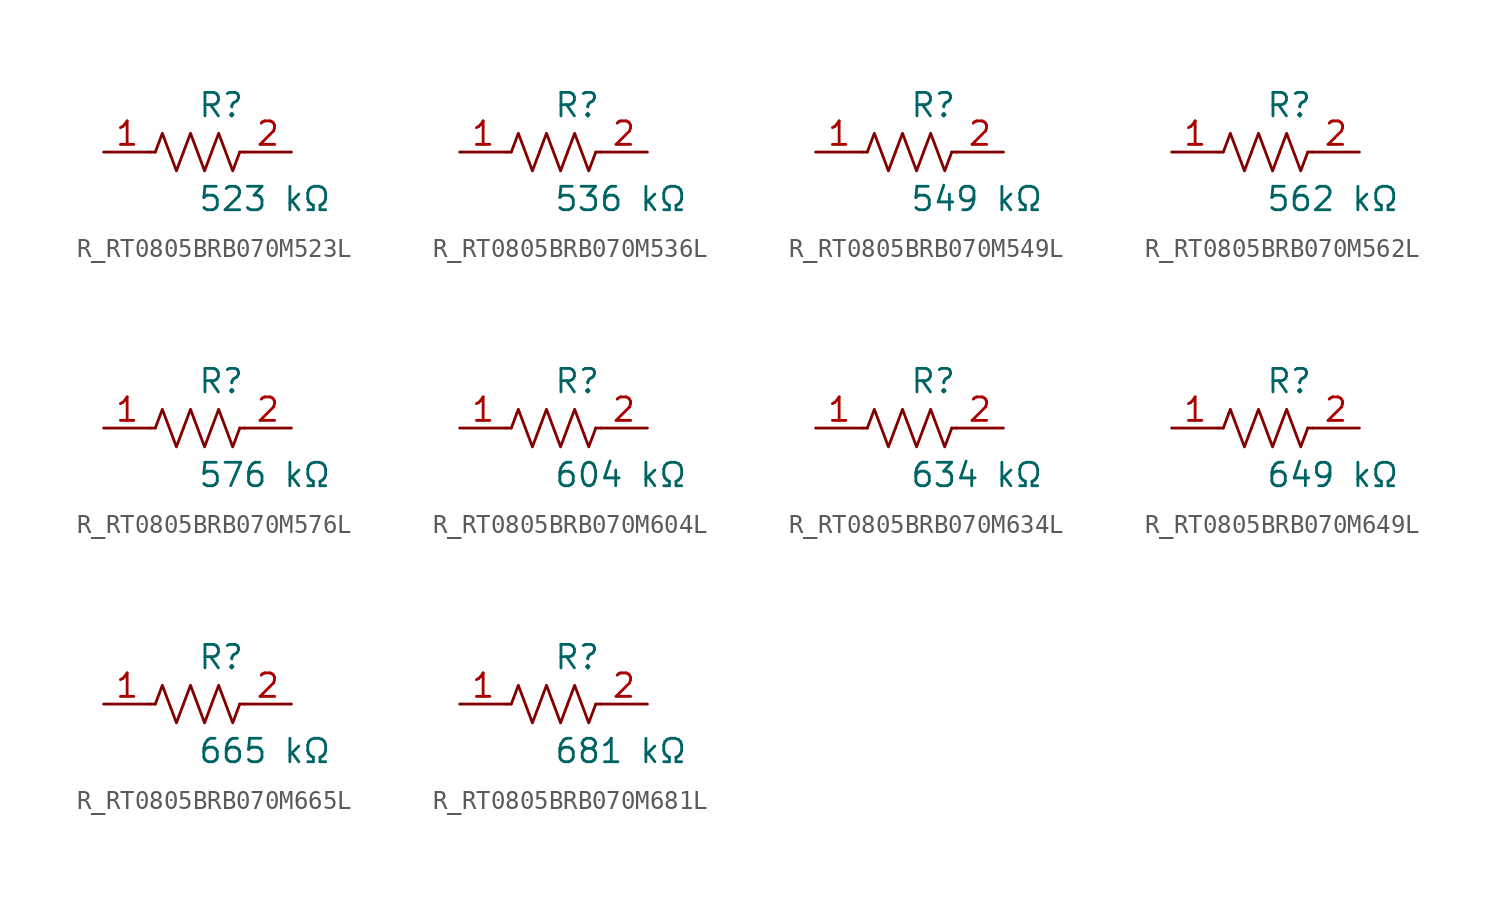
<source format=kicad_sym>
(kicad_symbol_lib
  (version 20231120)
  (generator kicad_symbol_editor)
  (generator_version 8.0)
  (symbol "R_RT0805BRB070M523L"
    (pin_names
      (offset 0.254))
    (property "Reference" "R"
      (at 0.0 2.54 0)
      (effects (font (size 1.27 1.27)) (justify left)))
    (property "Value" "523 kΩ"
      (at 0.0 -2.54 0)
      (effects (font (size 1.27 1.27)) (justify left)))
    (symbol "R_RT0805BRB070M523L_0_1"
      (polyline (pts (xy 2.286 0) (xy 2.54 0)) (stroke (width 0) (type default)) (fill (type none)))
      (polyline (pts (xy -2.286 0) (xy -2.54 0)) (stroke (width 0) (type default)) (fill (type none)))
      (polyline (pts (xy 0.762 0) (xy 1.143 1.016) (xy 1.524 0) (xy 1.905 -1.016) (xy 2.286 0)) (stroke (width 0) (type default)) (fill (type none)))
      (polyline (pts (xy -0.762 0) (xy -0.381 1.016) (xy 0 0) (xy 0.381 -1.016) (xy 0.762 0)) (stroke (width 0) (type default)) (fill (type none)))
      (polyline (pts (xy -2.286 0) (xy -1.905 1.016) (xy -1.524 0) (xy -1.143 -1.016) (xy -0.762 0)) (stroke (width 0) (type default)) (fill (type none))))
    (pin unspecified line
      (at -5.08 0 0)
      (length 2.54)
      (name "" (effects (font (size 1.27 1.27))))
      (number "1" (effects (font (size 1.27 1.27)))))
    (pin unspecified line
      (at 5.08 0 180)
      (length 2.54)
      (name "" (effects (font (size 1.27 1.27))))
      (number "2" (effects (font (size 1.27 1.27))))))
  (symbol "R_RT0805BRB070M536L"
    (pin_names
      (offset 0.254))
    (property "Reference" "R"
      (at 0.0 2.54 0)
      (effects (font (size 1.27 1.27)) (justify left)))
    (property "Value" "536 kΩ"
      (at 0.0 -2.54 0)
      (effects (font (size 1.27 1.27)) (justify left)))
    (symbol "R_RT0805BRB070M536L_0_1"
      (polyline (pts (xy 2.286 0) (xy 2.54 0)) (stroke (width 0) (type default)) (fill (type none)))
      (polyline (pts (xy -2.286 0) (xy -2.54 0)) (stroke (width 0) (type default)) (fill (type none)))
      (polyline (pts (xy 0.762 0) (xy 1.143 1.016) (xy 1.524 0) (xy 1.905 -1.016) (xy 2.286 0)) (stroke (width 0) (type default)) (fill (type none)))
      (polyline (pts (xy -0.762 0) (xy -0.381 1.016) (xy 0 0) (xy 0.381 -1.016) (xy 0.762 0)) (stroke (width 0) (type default)) (fill (type none)))
      (polyline (pts (xy -2.286 0) (xy -1.905 1.016) (xy -1.524 0) (xy -1.143 -1.016) (xy -0.762 0)) (stroke (width 0) (type default)) (fill (type none))))
    (pin unspecified line
      (at -5.08 0 0)
      (length 2.54)
      (name "" (effects (font (size 1.27 1.27))))
      (number "1" (effects (font (size 1.27 1.27)))))
    (pin unspecified line
      (at 5.08 0 180)
      (length 2.54)
      (name "" (effects (font (size 1.27 1.27))))
      (number "2" (effects (font (size 1.27 1.27))))))
  (symbol "R_RT0805BRB070M549L"
    (pin_names
      (offset 0.254))
    (property "Reference" "R"
      (at 0.0 2.54 0)
      (effects (font (size 1.27 1.27)) (justify left)))
    (property "Value" "549 kΩ"
      (at 0.0 -2.54 0)
      (effects (font (size 1.27 1.27)) (justify left)))
    (symbol "R_RT0805BRB070M549L_0_1"
      (polyline (pts (xy 2.286 0) (xy 2.54 0)) (stroke (width 0) (type default)) (fill (type none)))
      (polyline (pts (xy -2.286 0) (xy -2.54 0)) (stroke (width 0) (type default)) (fill (type none)))
      (polyline (pts (xy 0.762 0) (xy 1.143 1.016) (xy 1.524 0) (xy 1.905 -1.016) (xy 2.286 0)) (stroke (width 0) (type default)) (fill (type none)))
      (polyline (pts (xy -0.762 0) (xy -0.381 1.016) (xy 0 0) (xy 0.381 -1.016) (xy 0.762 0)) (stroke (width 0) (type default)) (fill (type none)))
      (polyline (pts (xy -2.286 0) (xy -1.905 1.016) (xy -1.524 0) (xy -1.143 -1.016) (xy -0.762 0)) (stroke (width 0) (type default)) (fill (type none))))
    (pin unspecified line
      (at -5.08 0 0)
      (length 2.54)
      (name "" (effects (font (size 1.27 1.27))))
      (number "1" (effects (font (size 1.27 1.27)))))
    (pin unspecified line
      (at 5.08 0 180)
      (length 2.54)
      (name "" (effects (font (size 1.27 1.27))))
      (number "2" (effects (font (size 1.27 1.27))))))
  (symbol "R_RT0805BRB070M562L"
    (pin_names
      (offset 0.254))
    (property "Reference" "R"
      (at 0.0 2.54 0)
      (effects (font (size 1.27 1.27)) (justify left)))
    (property "Value" "562 kΩ"
      (at 0.0 -2.54 0)
      (effects (font (size 1.27 1.27)) (justify left)))
    (symbol "R_RT0805BRB070M562L_0_1"
      (polyline (pts (xy 2.286 0) (xy 2.54 0)) (stroke (width 0) (type default)) (fill (type none)))
      (polyline (pts (xy -2.286 0) (xy -2.54 0)) (stroke (width 0) (type default)) (fill (type none)))
      (polyline (pts (xy 0.762 0) (xy 1.143 1.016) (xy 1.524 0) (xy 1.905 -1.016) (xy 2.286 0)) (stroke (width 0) (type default)) (fill (type none)))
      (polyline (pts (xy -0.762 0) (xy -0.381 1.016) (xy 0 0) (xy 0.381 -1.016) (xy 0.762 0)) (stroke (width 0) (type default)) (fill (type none)))
      (polyline (pts (xy -2.286 0) (xy -1.905 1.016) (xy -1.524 0) (xy -1.143 -1.016) (xy -0.762 0)) (stroke (width 0) (type default)) (fill (type none))))
    (pin unspecified line
      (at -5.08 0 0)
      (length 2.54)
      (name "" (effects (font (size 1.27 1.27))))
      (number "1" (effects (font (size 1.27 1.27)))))
    (pin unspecified line
      (at 5.08 0 180)
      (length 2.54)
      (name "" (effects (font (size 1.27 1.27))))
      (number "2" (effects (font (size 1.27 1.27))))))
  (symbol "R_RT0805BRB070M576L"
    (pin_names
      (offset 0.254))
    (property "Reference" "R"
      (at 0.0 2.54 0)
      (effects (font (size 1.27 1.27)) (justify left)))
    (property "Value" "576 kΩ"
      (at 0.0 -2.54 0)
      (effects (font (size 1.27 1.27)) (justify left)))
    (symbol "R_RT0805BRB070M576L_0_1"
      (polyline (pts (xy 2.286 0) (xy 2.54 0)) (stroke (width 0) (type default)) (fill (type none)))
      (polyline (pts (xy -2.286 0) (xy -2.54 0)) (stroke (width 0) (type default)) (fill (type none)))
      (polyline (pts (xy 0.762 0) (xy 1.143 1.016) (xy 1.524 0) (xy 1.905 -1.016) (xy 2.286 0)) (stroke (width 0) (type default)) (fill (type none)))
      (polyline (pts (xy -0.762 0) (xy -0.381 1.016) (xy 0 0) (xy 0.381 -1.016) (xy 0.762 0)) (stroke (width 0) (type default)) (fill (type none)))
      (polyline (pts (xy -2.286 0) (xy -1.905 1.016) (xy -1.524 0) (xy -1.143 -1.016) (xy -0.762 0)) (stroke (width 0) (type default)) (fill (type none))))
    (pin unspecified line
      (at -5.08 0 0)
      (length 2.54)
      (name "" (effects (font (size 1.27 1.27))))
      (number "1" (effects (font (size 1.27 1.27)))))
    (pin unspecified line
      (at 5.08 0 180)
      (length 2.54)
      (name "" (effects (font (size 1.27 1.27))))
      (number "2" (effects (font (size 1.27 1.27))))))
  (symbol "R_RT0805BRB070M604L"
    (pin_names
      (offset 0.254))
    (property "Reference" "R"
      (at 0.0 2.54 0)
      (effects (font (size 1.27 1.27)) (justify left)))
    (property "Value" "604 kΩ"
      (at 0.0 -2.54 0)
      (effects (font (size 1.27 1.27)) (justify left)))
    (symbol "R_RT0805BRB070M604L_0_1"
      (polyline (pts (xy 2.286 0) (xy 2.54 0)) (stroke (width 0) (type default)) (fill (type none)))
      (polyline (pts (xy -2.286 0) (xy -2.54 0)) (stroke (width 0) (type default)) (fill (type none)))
      (polyline (pts (xy 0.762 0) (xy 1.143 1.016) (xy 1.524 0) (xy 1.905 -1.016) (xy 2.286 0)) (stroke (width 0) (type default)) (fill (type none)))
      (polyline (pts (xy -0.762 0) (xy -0.381 1.016) (xy 0 0) (xy 0.381 -1.016) (xy 0.762 0)) (stroke (width 0) (type default)) (fill (type none)))
      (polyline (pts (xy -2.286 0) (xy -1.905 1.016) (xy -1.524 0) (xy -1.143 -1.016) (xy -0.762 0)) (stroke (width 0) (type default)) (fill (type none))))
    (pin unspecified line
      (at -5.08 0 0)
      (length 2.54)
      (name "" (effects (font (size 1.27 1.27))))
      (number "1" (effects (font (size 1.27 1.27)))))
    (pin unspecified line
      (at 5.08 0 180)
      (length 2.54)
      (name "" (effects (font (size 1.27 1.27))))
      (number "2" (effects (font (size 1.27 1.27))))))
  (symbol "R_RT0805BRB070M634L"
    (pin_names
      (offset 0.254))
    (property "Reference" "R"
      (at 0.0 2.54 0)
      (effects (font (size 1.27 1.27)) (justify left)))
    (property "Value" "634 kΩ"
      (at 0.0 -2.54 0)
      (effects (font (size 1.27 1.27)) (justify left)))
    (symbol "R_RT0805BRB070M634L_0_1"
      (polyline (pts (xy 2.286 0) (xy 2.54 0)) (stroke (width 0) (type default)) (fill (type none)))
      (polyline (pts (xy -2.286 0) (xy -2.54 0)) (stroke (width 0) (type default)) (fill (type none)))
      (polyline (pts (xy 0.762 0) (xy 1.143 1.016) (xy 1.524 0) (xy 1.905 -1.016) (xy 2.286 0)) (stroke (width 0) (type default)) (fill (type none)))
      (polyline (pts (xy -0.762 0) (xy -0.381 1.016) (xy 0 0) (xy 0.381 -1.016) (xy 0.762 0)) (stroke (width 0) (type default)) (fill (type none)))
      (polyline (pts (xy -2.286 0) (xy -1.905 1.016) (xy -1.524 0) (xy -1.143 -1.016) (xy -0.762 0)) (stroke (width 0) (type default)) (fill (type none))))
    (pin unspecified line
      (at -5.08 0 0)
      (length 2.54)
      (name "" (effects (font (size 1.27 1.27))))
      (number "1" (effects (font (size 1.27 1.27)))))
    (pin unspecified line
      (at 5.08 0 180)
      (length 2.54)
      (name "" (effects (font (size 1.27 1.27))))
      (number "2" (effects (font (size 1.27 1.27))))))
  (symbol "R_RT0805BRB070M649L"
    (pin_names
      (offset 0.254))
    (property "Reference" "R"
      (at 0.0 2.54 0)
      (effects (font (size 1.27 1.27)) (justify left)))
    (property "Value" "649 kΩ"
      (at 0.0 -2.54 0)
      (effects (font (size 1.27 1.27)) (justify left)))
    (symbol "R_RT0805BRB070M649L_0_1"
      (polyline (pts (xy 2.286 0) (xy 2.54 0)) (stroke (width 0) (type default)) (fill (type none)))
      (polyline (pts (xy -2.286 0) (xy -2.54 0)) (stroke (width 0) (type default)) (fill (type none)))
      (polyline (pts (xy 0.762 0) (xy 1.143 1.016) (xy 1.524 0) (xy 1.905 -1.016) (xy 2.286 0)) (stroke (width 0) (type default)) (fill (type none)))
      (polyline (pts (xy -0.762 0) (xy -0.381 1.016) (xy 0 0) (xy 0.381 -1.016) (xy 0.762 0)) (stroke (width 0) (type default)) (fill (type none)))
      (polyline (pts (xy -2.286 0) (xy -1.905 1.016) (xy -1.524 0) (xy -1.143 -1.016) (xy -0.762 0)) (stroke (width 0) (type default)) (fill (type none))))
    (pin unspecified line
      (at -5.08 0 0)
      (length 2.54)
      (name "" (effects (font (size 1.27 1.27))))
      (number "1" (effects (font (size 1.27 1.27)))))
    (pin unspecified line
      (at 5.08 0 180)
      (length 2.54)
      (name "" (effects (font (size 1.27 1.27))))
      (number "2" (effects (font (size 1.27 1.27))))))
  (symbol "R_RT0805BRB070M665L"
    (pin_names
      (offset 0.254))
    (property "Reference" "R"
      (at 0.0 2.54 0)
      (effects (font (size 1.27 1.27)) (justify left)))
    (property "Value" "665 kΩ"
      (at 0.0 -2.54 0)
      (effects (font (size 1.27 1.27)) (justify left)))
    (symbol "R_RT0805BRB070M665L_0_1"
      (polyline (pts (xy 2.286 0) (xy 2.54 0)) (stroke (width 0) (type default)) (fill (type none)))
      (polyline (pts (xy -2.286 0) (xy -2.54 0)) (stroke (width 0) (type default)) (fill (type none)))
      (polyline (pts (xy 0.762 0) (xy 1.143 1.016) (xy 1.524 0) (xy 1.905 -1.016) (xy 2.286 0)) (stroke (width 0) (type default)) (fill (type none)))
      (polyline (pts (xy -0.762 0) (xy -0.381 1.016) (xy 0 0) (xy 0.381 -1.016) (xy 0.762 0)) (stroke (width 0) (type default)) (fill (type none)))
      (polyline (pts (xy -2.286 0) (xy -1.905 1.016) (xy -1.524 0) (xy -1.143 -1.016) (xy -0.762 0)) (stroke (width 0) (type default)) (fill (type none))))
    (pin unspecified line
      (at -5.08 0 0)
      (length 2.54)
      (name "" (effects (font (size 1.27 1.27))))
      (number "1" (effects (font (size 1.27 1.27)))))
    (pin unspecified line
      (at 5.08 0 180)
      (length 2.54)
      (name "" (effects (font (size 1.27 1.27))))
      (number "2" (effects (font (size 1.27 1.27))))))
  (symbol "R_RT0805BRB070M681L"
    (pin_names
      (offset 0.254))
    (property "Reference" "R"
      (at 0.0 2.54 0)
      (effects (font (size 1.27 1.27)) (justify left)))
    (property "Value" "681 kΩ"
      (at 0.0 -2.54 0)
      (effects (font (size 1.27 1.27)) (justify left)))
    (symbol "R_RT0805BRB070M681L_0_1"
      (polyline (pts (xy 2.286 0) (xy 2.54 0)) (stroke (width 0) (type default)) (fill (type none)))
      (polyline (pts (xy -2.286 0) (xy -2.54 0)) (stroke (width 0) (type default)) (fill (type none)))
      (polyline (pts (xy 0.762 0) (xy 1.143 1.016) (xy 1.524 0) (xy 1.905 -1.016) (xy 2.286 0)) (stroke (width 0) (type default)) (fill (type none)))
      (polyline (pts (xy -0.762 0) (xy -0.381 1.016) (xy 0 0) (xy 0.381 -1.016) (xy 0.762 0)) (stroke (width 0) (type default)) (fill (type none)))
      (polyline (pts (xy -2.286 0) (xy -1.905 1.016) (xy -1.524 0) (xy -1.143 -1.016) (xy -0.762 0)) (stroke (width 0) (type default)) (fill (type none))))
    (pin unspecified line
      (at -5.08 0 0)
      (length 2.54)
      (name "" (effects (font (size 1.27 1.27))))
      (number "1" (effects (font (size 1.27 1.27)))))
    (pin unspecified line
      (at 5.08 0 180)
      (length 2.54)
      (name "" (effects (font (size 1.27 1.27))))
      (number "2" (effects (font (size 1.27 1.27)))))))
</source>
